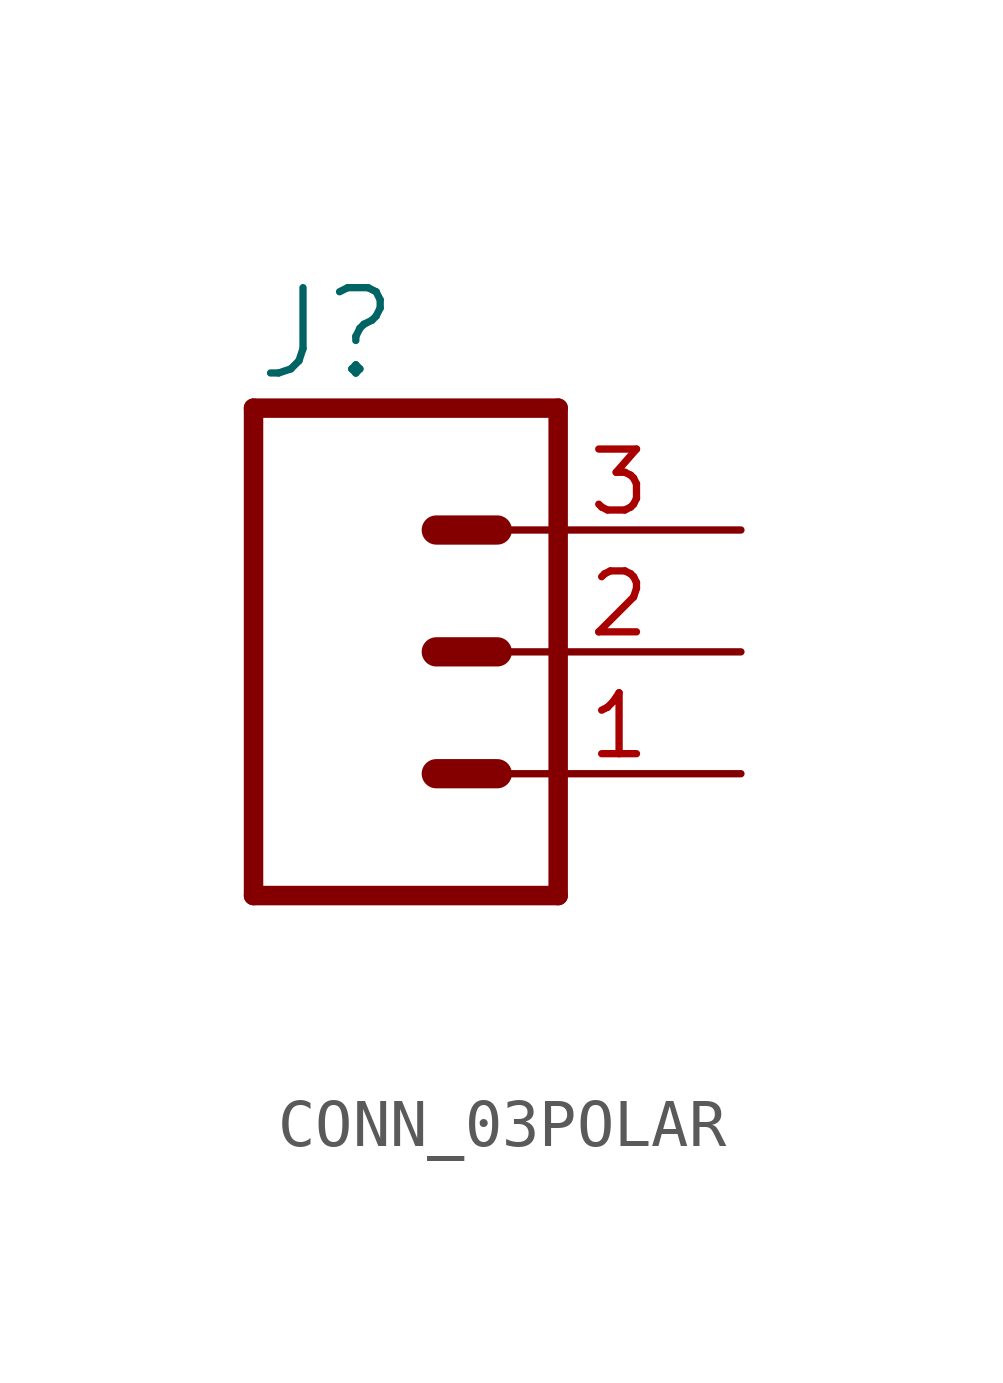
<source format=kicad_sym>
(kicad_symbol_lib
  (version 20220914)
  (generator kicad_symbol_editor)
  (symbol "CONN_03POLAR"
    (property "Reference" "J"
      (at -2.54 5.588 0)
      (effects (font (size 1.778 1.778)) (justify left bottom)))
    (property "Value" ""
      (at -2.54 -7.366 0)
      (effects (font (size 1.778 1.778)) (justify left bottom)))
    (property "ki_locked" ""
      (at 0 0 0)
      (effects (font (size 1.27 1.27))))
    (symbol "CONN_03POLAR_1_0"
      (polyline (pts (xy -2.54 5.08) (xy -2.54 -5.08)) (stroke (width 0.406) (type solid)) (fill (type none)))
      (polyline (pts (xy -2.54 5.08) (xy 3.81 5.08)) (stroke (width 0.406) (type solid)) (fill (type none)))
      (polyline (pts (xy 1.27 -2.54) (xy 2.54 -2.54)) (stroke (width 0.61) (type solid)) (fill (type none)))
      (polyline (pts (xy 1.27 0) (xy 2.54 0)) (stroke (width 0.61) (type solid)) (fill (type none)))
      (polyline (pts (xy 1.27 2.54) (xy 2.54 2.54)) (stroke (width 0.61) (type solid)) (fill (type none)))
      (polyline (pts (xy 3.81 -5.08) (xy -2.54 -5.08)) (stroke (width 0.406) (type solid)) (fill (type none)))
      (polyline (pts (xy 3.81 -5.08) (xy 3.81 5.08)) (stroke (width 0.406) (type solid)) (fill (type none)))
      (pin passive line (at 7.62 -2.54 180) (length 5.08) (name "1" (effects (font (size 0 0)))) (number "1" (effects (font (size 1.27 1.27)))))
      (pin passive line (at 7.62 0 180) (length 5.08) (name "2" (effects (font (size 0 0)))) (number "2" (effects (font (size 1.27 1.27)))))
      (pin passive line (at 7.62 2.54 180) (length 5.08) (name "3" (effects (font (size 0 0)))) (number "3" (effects (font (size 1.27 1.27))))))))
</source>
